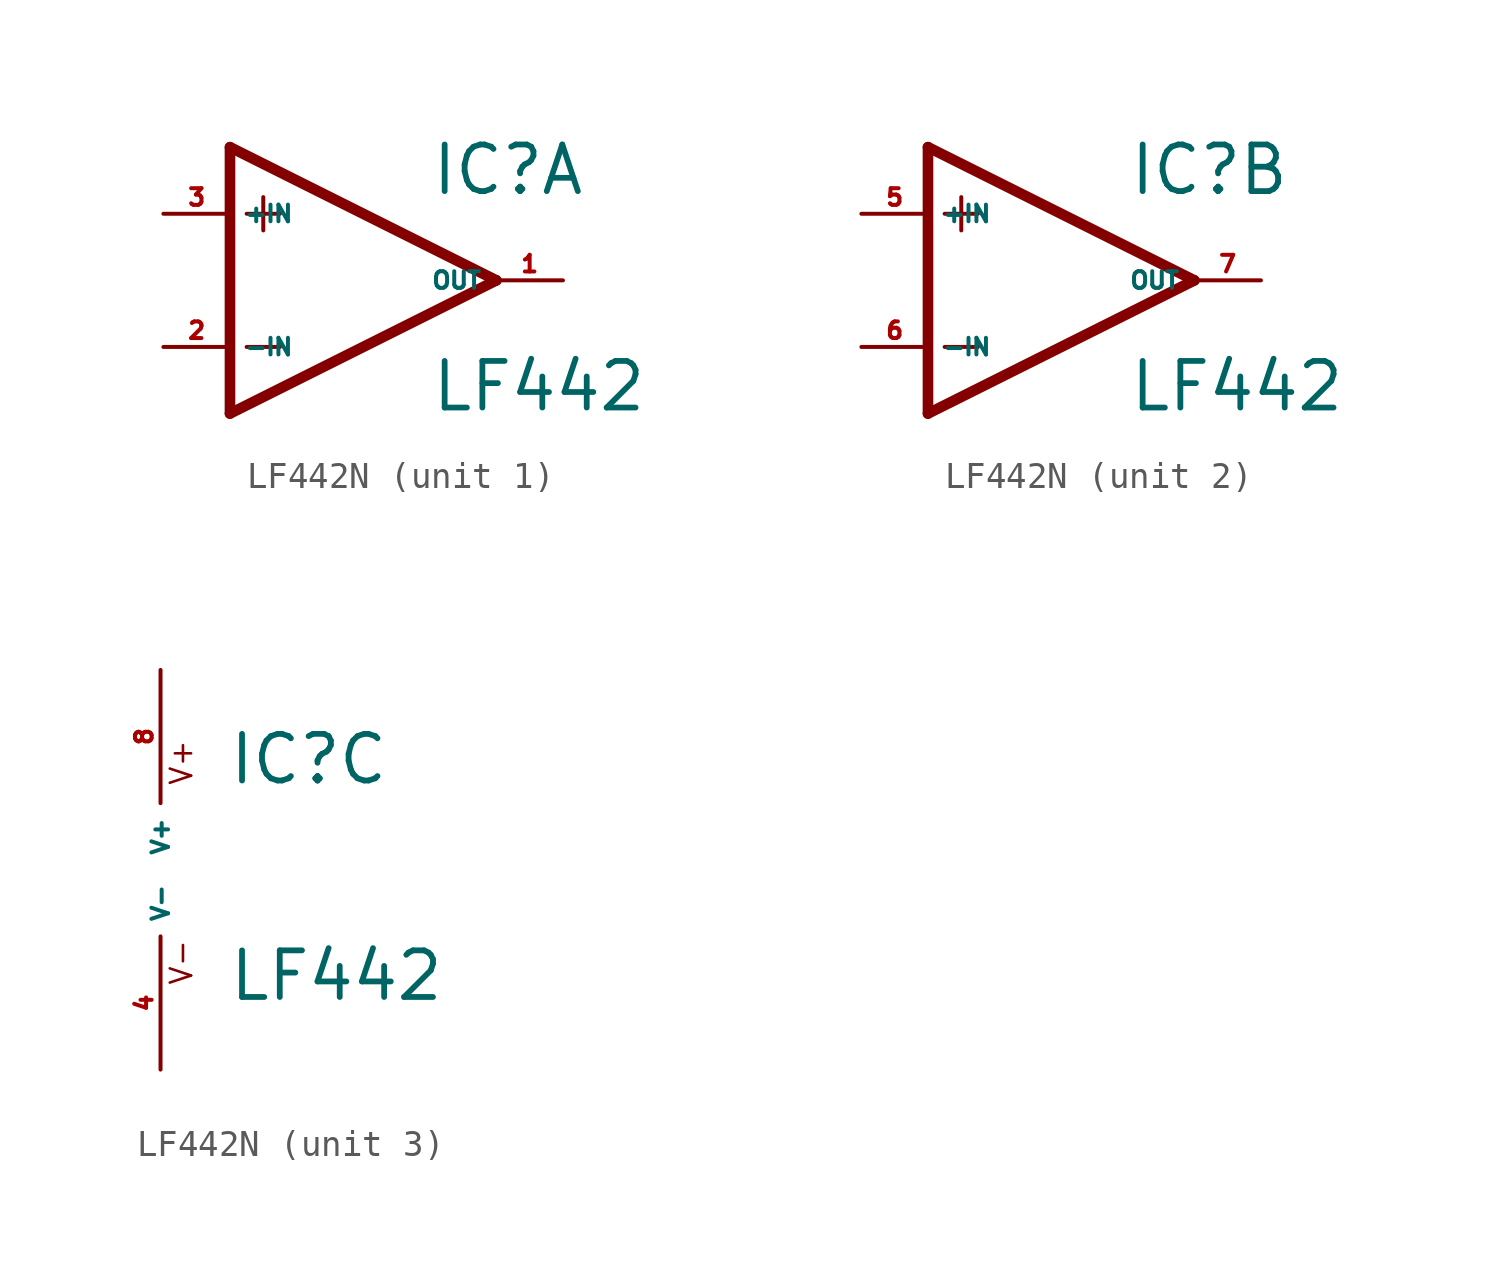
<source format=kicad_sym>
(kicad_symbol_lib
  (version 20220914)
  (generator Eagle2Kicad)
  (symbol "LF442N"
    (property "Reference" "IC"
      (at 2.54 3.175 0)
      (effects (font (size 1.778 1.778) (thickness 0.22)) (justify left bottom)))
    (property "Value" "LF442"
      (at 2.54 -5.08 0)
      (effects (font (size 1.778 1.778) (thickness 0.22)) (justify left bottom)))
    (symbol "LF442N_1_0"
      (polyline (pts (xy -5.08 5.08) (xy -5.08 -5.08)) (stroke (width 0.406) (type default)) (fill (type none)))
      (polyline (pts (xy -5.08 -5.08) (xy 5.08 0)) (stroke (width 0.406) (type default)) (fill (type none)))
      (polyline (pts (xy 5.08 0) (xy -5.08 5.08)) (stroke (width 0.406) (type default)) (fill (type none)))
      (polyline (pts (xy -3.81 3.175) (xy -3.81 1.905)) (stroke (width 0.152) (type default)) (fill (type none)))
      (polyline (pts (xy -4.445 2.54) (xy -3.175 2.54)) (stroke (width 0.152) (type default)) (fill (type none)))
      (polyline (pts (xy -4.445 -2.54) (xy -3.175 -2.54)) (stroke (width 0.152) (type default)) (fill (type none)))
      (pin input line (at -7.62 -2.54 0) (length 2.54) (name "-IN" (effects (font (size 0.635 0.635) (thickness 0.08)) (justify left bottom))) (number "2" (effects (font (size 0.635 0.635) (thickness 0.08)) (justify left bottom))))
      (pin input line (at -7.62 2.54 0) (length 2.54) (name "+IN" (effects (font (size 0.635 0.635) (thickness 0.08)) (justify left bottom))) (number "3" (effects (font (size 0.635 0.635) (thickness 0.08)) (justify left bottom))))
      (pin output line (at 7.62 0 180) (length 2.54) (name "OUT" (effects (font (size 0.635 0.635) (thickness 0.08)) (justify left bottom))) (number "1" (effects (font (size 0.635 0.635) (thickness 0.08)) (justify left bottom)))))
    (symbol "LF442N_2_0"
      (polyline (pts (xy -5.08 5.08) (xy -5.08 -5.08)) (stroke (width 0.406) (type default)) (fill (type none)))
      (polyline (pts (xy -5.08 -5.08) (xy 5.08 0)) (stroke (width 0.406) (type default)) (fill (type none)))
      (polyline (pts (xy 5.08 0) (xy -5.08 5.08)) (stroke (width 0.406) (type default)) (fill (type none)))
      (polyline (pts (xy -3.81 3.175) (xy -3.81 1.905)) (stroke (width 0.152) (type default)) (fill (type none)))
      (polyline (pts (xy -4.445 2.54) (xy -3.175 2.54)) (stroke (width 0.152) (type default)) (fill (type none)))
      (polyline (pts (xy -4.445 -2.54) (xy -3.175 -2.54)) (stroke (width 0.152) (type default)) (fill (type none)))
      (pin input line (at -7.62 -2.54 0) (length 2.54) (name "-IN" (effects (font (size 0.635 0.635) (thickness 0.08)) (justify left bottom))) (number "6" (effects (font (size 0.635 0.635) (thickness 0.08)) (justify left bottom))))
      (pin input line (at -7.62 2.54 0) (length 2.54) (name "+IN" (effects (font (size 0.635 0.635) (thickness 0.08)) (justify left bottom))) (number "5" (effects (font (size 0.635 0.635) (thickness 0.08)) (justify left bottom))))
      (pin output line (at 7.62 0 180) (length 2.54) (name "OUT" (effects (font (size 0.635 0.635) (thickness 0.08)) (justify left bottom))) (number "7" (effects (font (size 0.635 0.635) (thickness 0.08)) (justify left bottom)))))
    (symbol "LF442N_3_0"
      (text "V+" (at 1.27 3.175 900) (effects (font (size 0.813 0.813) (thickness 0.10)) (justify left bottom)))
      (text "V-" (at 1.27 -4.445 900) (effects (font (size 0.813 0.813) (thickness 0.10)) (justify left bottom)))
      (pin unspecified line (at 0 7.62 270) (length 5.08) (name "V+" (effects (font (size 0.635 0.635) (thickness 0.08)) (justify left bottom))) (number "8" (effects (font (size 0.635 0.635) (thickness 0.08)) (justify left bottom))))
      (pin unspecified line (at 0 -7.62 90) (length 5.08) (name "V-" (effects (font (size 0.635 0.635) (thickness 0.08)) (justify left bottom))) (number "4" (effects (font (size 0.635 0.635) (thickness 0.08)) (justify left bottom)))))))
</source>
